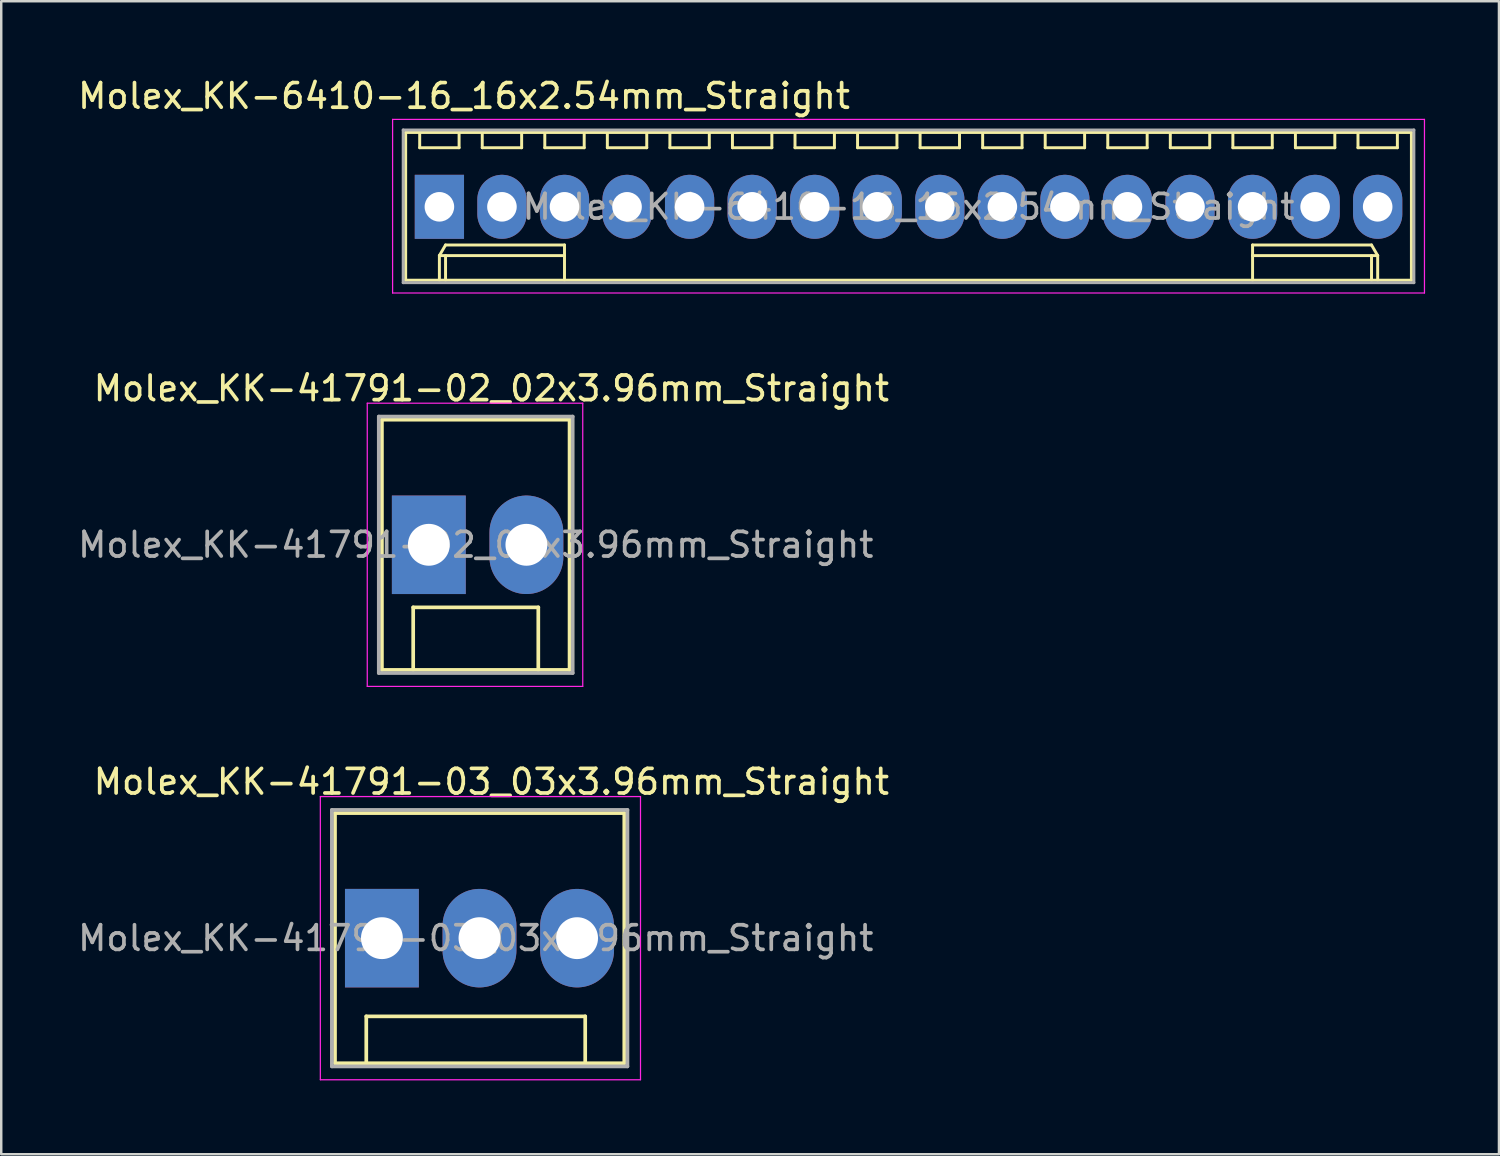
<source format=kicad_pcb>
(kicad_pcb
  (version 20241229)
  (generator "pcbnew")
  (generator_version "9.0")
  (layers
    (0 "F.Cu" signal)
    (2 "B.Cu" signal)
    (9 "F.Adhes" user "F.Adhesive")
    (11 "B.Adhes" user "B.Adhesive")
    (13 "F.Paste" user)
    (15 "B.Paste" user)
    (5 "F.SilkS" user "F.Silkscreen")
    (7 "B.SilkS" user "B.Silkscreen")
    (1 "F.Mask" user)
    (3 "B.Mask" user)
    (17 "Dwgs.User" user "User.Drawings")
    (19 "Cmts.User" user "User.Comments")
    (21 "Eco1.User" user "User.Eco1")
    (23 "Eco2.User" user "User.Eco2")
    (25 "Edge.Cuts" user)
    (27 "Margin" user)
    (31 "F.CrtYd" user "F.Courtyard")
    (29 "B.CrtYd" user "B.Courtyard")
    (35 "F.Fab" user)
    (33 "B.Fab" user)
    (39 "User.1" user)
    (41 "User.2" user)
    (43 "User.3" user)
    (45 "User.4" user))
  (footprint "Molex_KK-41791-02_02x3.96mm_Straight"
    (layer "F.Cu")
    (at 14.363 19.072)
    (property "Reference" "Molex_KK-41791-02_02x3.96mm_Straight" (at 2.54 -6.35 0) (layer "F.SilkS") (effects (font (size 1 1) (thickness 0.15))))
    (attr through_hole)
    (fp_line (start -1.905 -5.08) (end 5.715 -5.08) (stroke (width 0.15) (type solid)) (layer "F.SilkS"))
    (fp_line (start -1.905 5.08) (end -1.905 -5.08) (stroke (width 0.15) (type solid)) (layer "F.SilkS"))
    (fp_line (start -0.635 2.54) (end 4.445 2.54) (stroke (width 0.15) (type solid)) (layer "F.SilkS"))
    (fp_line (start -0.635 5.08) (end -0.635 2.54) (stroke (width 0.15) (type solid)) (layer "F.SilkS"))
    (fp_line (start 4.445 2.54) (end 4.445 5.08) (stroke (width 0.15) (type solid)) (layer "F.SilkS"))
    (fp_line (start 5.715 -5.08) (end 5.715 5.08) (stroke (width 0.15) (type solid)) (layer "F.SilkS"))
    (fp_line (start 5.715 5.08) (end -1.905 5.08) (stroke (width 0.15) (type solid)) (layer "F.SilkS"))
    (fp_line (start -2.5 -5.75) (end 6.25 -5.75) (stroke (width 0.05) (type solid)) (layer "F.CrtYd"))
    (fp_line (start -2.5 5.75) (end -2.5 -5.75) (stroke (width 0.05) (type solid)) (layer "F.CrtYd"))
    (fp_line (start 6.25 -5.75) (end 6.25 5.75) (stroke (width 0.05) (type solid)) (layer "F.CrtYd"))
    (fp_line (start 6.25 5.75) (end -2.5 5.75) (stroke (width 0.05) (type solid)) (layer "F.CrtYd"))
    (fp_line (start -2.032 -5.207) (end 5.842 -5.207) (stroke (width 0.15) (type solid)) (layer "F.Fab"))
    (fp_line (start -2.032 5.207) (end -2.032 -5.207) (stroke (width 0.15) (type solid)) (layer "F.Fab"))
    (fp_line (start 5.842 -5.207) (end 5.842 5.207) (stroke (width 0.15) (type solid)) (layer "F.Fab"))
    (fp_line (start 5.842 5.207) (end -2.032 5.207) (stroke (width 0.15) (type solid)) (layer "F.Fab"))
    (fp_text user "${REFERENCE}" (at 1.905 0 0) (layer "F.Fab") (effects (font (size 1 1) (thickness 0.15))))
    (pad "1" thru_hole rect (at 0 0) (size 3 4) (drill 1.7) (layers "*.Cu" "*.Mask"))
    (pad "2" thru_hole oval (at 3.962 0) (size 3 4) (drill 1.7) (layers "*.Cu" "*.Mask")))
  (footprint "Molex_KK-41791-03_03x3.96mm_Straight"
    (layer "F.Cu")
    (at 12.458 35.045)
    (property "Reference" "Molex_KK-41791-03_03x3.96mm_Straight" (at 4.445 -6.35 0) (layer "F.SilkS") (effects (font (size 1 1) (thickness 0.15))))
    (attr through_hole)
    (fp_line (start -1.905 -5.08) (end 9.842 -5.08) (stroke (width 0.15) (type solid)) (layer "F.SilkS"))
    (fp_line (start -1.905 5.08) (end -1.905 -5.08) (stroke (width 0.15) (type solid)) (layer "F.SilkS"))
    (fp_line (start -0.635 3.175) (end 8.255 3.175) (stroke (width 0.15) (type solid)) (layer "F.SilkS"))
    (fp_line (start -0.635 5.08) (end -0.635 3.175) (stroke (width 0.15) (type solid)) (layer "F.SilkS"))
    (fp_line (start 8.255 3.175) (end 8.255 5.08) (stroke (width 0.15) (type solid)) (layer "F.SilkS"))
    (fp_line (start 9.842 -5.08) (end 9.842 5.08) (stroke (width 0.15) (type solid)) (layer "F.SilkS"))
    (fp_line (start 9.842 5.08) (end -1.905 5.08) (stroke (width 0.15) (type solid)) (layer "F.SilkS"))
    (fp_line (start -2.5 -5.75) (end 10.5 -5.75) (stroke (width 0.05) (type solid)) (layer "F.CrtYd"))
    (fp_line (start -2.5 5.75) (end -2.5 -5.75) (stroke (width 0.05) (type solid)) (layer "F.CrtYd"))
    (fp_line (start 10.5 -5.75) (end 10.5 5.75) (stroke (width 0.05) (type solid)) (layer "F.CrtYd"))
    (fp_line (start 10.5 5.75) (end -2.5 5.75) (stroke (width 0.05) (type solid)) (layer "F.CrtYd"))
    (fp_line (start -2.032 -5.207) (end 9.97 -5.207) (stroke (width 0.15) (type solid)) (layer "F.Fab"))
    (fp_line (start -2.032 5.207) (end -2.032 -5.207) (stroke (width 0.15) (type solid)) (layer "F.Fab"))
    (fp_line (start 9.97 -5.207) (end 9.97 5.207) (stroke (width 0.15) (type solid)) (layer "F.Fab"))
    (fp_line (start 9.97 5.207) (end -2.032 5.207) (stroke (width 0.15) (type solid)) (layer "F.Fab"))
    (fp_text user "${REFERENCE}" (at 3.81 0 0) (layer "F.Fab") (effects (font (size 1 1) (thickness 0.15))))
    (pad "1" thru_hole rect (at 0 0) (size 3 4) (drill 1.7) (layers "*.Cu" "*.Mask"))
    (pad "2" thru_hole oval (at 3.962 0) (size 3 4) (drill 1.7) (layers "*.Cu" "*.Mask"))
    (pad "3" thru_hole oval (at 7.925 0) (size 3 4) (drill 1.7) (layers "*.Cu" "*.Mask")))
  (footprint "Molex_KK-6410-16_16x2.54mm_Straight"
    (layer "F.Cu")
    (at 14.792 5.348)
    (property "Reference" "Molex_KK-6410-16_16x2.54mm_Straight" (at 1 -4.5 0) (layer "F.SilkS") (effects (font (size 1 1) (thickness 0.15))))
    (attr through_hole)
    (fp_line (start -1.37 -3.02) (end -1.37 2.98) (stroke (width 0.12) (type solid)) (layer "F.SilkS"))
    (fp_line (start -1.37 2.98) (end 39.47 2.98) (stroke (width 0.12) (type solid)) (layer "F.SilkS"))
    (fp_line (start -0.8 -3.02) (end -0.8 -2.4) (stroke (width 0.12) (type solid)) (layer "F.SilkS"))
    (fp_line (start -0.8 -2.4) (end 0.8 -2.4) (stroke (width 0.12) (type solid)) (layer "F.SilkS"))
    (fp_line (start 0 1.98) (end 0.25 1.55) (stroke (width 0.12) (type solid)) (layer "F.SilkS"))
    (fp_line (start 0 1.98) (end 5.08 1.98) (stroke (width 0.12) (type solid)) (layer "F.SilkS"))
    (fp_line (start 0 2.98) (end 0 1.98) (stroke (width 0.12) (type solid)) (layer "F.SilkS"))
    (fp_line (start 0.25 1.55) (end 5.08 1.55) (stroke (width 0.12) (type solid)) (layer "F.SilkS"))
    (fp_line (start 0.25 2.98) (end 0.25 1.98) (stroke (width 0.12) (type solid)) (layer "F.SilkS"))
    (fp_line (start 0.8 -2.4) (end 0.8 -3.02) (stroke (width 0.12) (type solid)) (layer "F.SilkS"))
    (fp_line (start 1.74 -3.02) (end 1.74 -2.4) (stroke (width 0.12) (type solid)) (layer "F.SilkS"))
    (fp_line (start 1.74 -2.4) (end 3.34 -2.4) (stroke (width 0.12) (type solid)) (layer "F.SilkS"))
    (fp_line (start 3.34 -2.4) (end 3.34 -3.02) (stroke (width 0.12) (type solid)) (layer "F.SilkS"))
    (fp_line (start 4.28 -3.02) (end 4.28 -2.4) (stroke (width 0.12) (type solid)) (layer "F.SilkS"))
    (fp_line (start 4.28 -2.4) (end 5.88 -2.4) (stroke (width 0.12) (type solid)) (layer "F.SilkS"))
    (fp_line (start 5.08 1.55) (end 5.08 1.98) (stroke (width 0.12) (type solid)) (layer "F.SilkS"))
    (fp_line (start 5.08 1.98) (end 5.08 2.98) (stroke (width 0.12) (type solid)) (layer "F.SilkS"))
    (fp_line (start 5.88 -2.4) (end 5.88 -3.02) (stroke (width 0.12) (type solid)) (layer "F.SilkS"))
    (fp_line (start 6.82 -3.02) (end 6.82 -2.4) (stroke (width 0.12) (type solid)) (layer "F.SilkS"))
    (fp_line (start 6.82 -2.4) (end 8.42 -2.4) (stroke (width 0.12) (type solid)) (layer "F.SilkS"))
    (fp_line (start 8.42 -2.4) (end 8.42 -3.02) (stroke (width 0.12) (type solid)) (layer "F.SilkS"))
    (fp_line (start 9.36 -3.02) (end 9.36 -2.4) (stroke (width 0.12) (type solid)) (layer "F.SilkS"))
    (fp_line (start 9.36 -2.4) (end 10.96 -2.4) (stroke (width 0.12) (type solid)) (layer "F.SilkS"))
    (fp_line (start 10.96 -2.4) (end 10.96 -3.02) (stroke (width 0.12) (type solid)) (layer "F.SilkS"))
    (fp_line (start 11.9 -3.02) (end 11.9 -2.4) (stroke (width 0.12) (type solid)) (layer "F.SilkS"))
    (fp_line (start 11.9 -2.4) (end 13.5 -2.4) (stroke (width 0.12) (type solid)) (layer "F.SilkS"))
    (fp_line (start 13.5 -2.4) (end 13.5 -3.02) (stroke (width 0.12) (type solid)) (layer "F.SilkS"))
    (fp_line (start 14.44 -3.02) (end 14.44 -2.4) (stroke (width 0.12) (type solid)) (layer "F.SilkS"))
    (fp_line (start 14.44 -2.4) (end 16.04 -2.4) (stroke (width 0.12) (type solid)) (layer "F.SilkS"))
    (fp_line (start 16.04 -2.4) (end 16.04 -3.02) (stroke (width 0.12) (type solid)) (layer "F.SilkS"))
    (fp_line (start 16.98 -3.02) (end 16.98 -2.4) (stroke (width 0.12) (type solid)) (layer "F.SilkS"))
    (fp_line (start 16.98 -2.4) (end 18.58 -2.4) (stroke (width 0.12) (type solid)) (layer "F.SilkS"))
    (fp_line (start 18.58 -2.4) (end 18.58 -3.02) (stroke (width 0.12) (type solid)) (layer "F.SilkS"))
    (fp_line (start 19.52 -3.02) (end 19.52 -2.4) (stroke (width 0.12) (type solid)) (layer "F.SilkS"))
    (fp_line (start 19.52 -2.4) (end 21.12 -2.4) (stroke (width 0.12) (type solid)) (layer "F.SilkS"))
    (fp_line (start 21.12 -2.4) (end 21.12 -3.02) (stroke (width 0.12) (type solid)) (layer "F.SilkS"))
    (fp_line (start 22.06 -3.02) (end 22.06 -2.4) (stroke (width 0.12) (type solid)) (layer "F.SilkS"))
    (fp_line (start 22.06 -2.4) (end 23.66 -2.4) (stroke (width 0.12) (type solid)) (layer "F.SilkS"))
    (fp_line (start 23.66 -2.4) (end 23.66 -3.02) (stroke (width 0.12) (type solid)) (layer "F.SilkS"))
    (fp_line (start 24.6 -3.02) (end 24.6 -2.4) (stroke (width 0.12) (type solid)) (layer "F.SilkS"))
    (fp_line (start 24.6 -2.4) (end 26.2 -2.4) (stroke (width 0.12) (type solid)) (layer "F.SilkS"))
    (fp_line (start 26.2 -2.4) (end 26.2 -3.02) (stroke (width 0.12) (type solid)) (layer "F.SilkS"))
    (fp_line (start 27.14 -3.02) (end 27.14 -2.4) (stroke (width 0.12) (type solid)) (layer "F.SilkS"))
    (fp_line (start 27.14 -2.4) (end 28.74 -2.4) (stroke (width 0.12) (type solid)) (layer "F.SilkS"))
    (fp_line (start 28.74 -2.4) (end 28.74 -3.02) (stroke (width 0.12) (type solid)) (layer "F.SilkS"))
    (fp_line (start 29.68 -3.02) (end 29.68 -2.4) (stroke (width 0.12) (type solid)) (layer "F.SilkS"))
    (fp_line (start 29.68 -2.4) (end 31.28 -2.4) (stroke (width 0.12) (type solid)) (layer "F.SilkS"))
    (fp_line (start 31.28 -2.4) (end 31.28 -3.02) (stroke (width 0.12) (type solid)) (layer "F.SilkS"))
    (fp_line (start 32.22 -3.02) (end 32.22 -2.4) (stroke (width 0.12) (type solid)) (layer "F.SilkS"))
    (fp_line (start 32.22 -2.4) (end 33.82 -2.4) (stroke (width 0.12) (type solid)) (layer "F.SilkS"))
    (fp_line (start 33.02 1.55) (end 33.02 1.98) (stroke (width 0.12) (type solid)) (layer "F.SilkS"))
    (fp_line (start 33.02 1.98) (end 33.02 2.98) (stroke (width 0.12) (type solid)) (layer "F.SilkS"))
    (fp_line (start 33.82 -2.4) (end 33.82 -3.02) (stroke (width 0.12) (type solid)) (layer "F.SilkS"))
    (fp_line (start 34.76 -3.02) (end 34.76 -2.4) (stroke (width 0.12) (type solid)) (layer "F.SilkS"))
    (fp_line (start 34.76 -2.4) (end 36.36 -2.4) (stroke (width 0.12) (type solid)) (layer "F.SilkS"))
    (fp_line (start 36.36 -2.4) (end 36.36 -3.02) (stroke (width 0.12) (type solid)) (layer "F.SilkS"))
    (fp_line (start 37.3 -3.02) (end 37.3 -2.4) (stroke (width 0.12) (type solid)) (layer "F.SilkS"))
    (fp_line (start 37.3 -2.4) (end 38.9 -2.4) (stroke (width 0.12) (type solid)) (layer "F.SilkS"))
    (fp_line (start 37.85 1.55) (end 33.02 1.55) (stroke (width 0.12) (type solid)) (layer "F.SilkS"))
    (fp_line (start 37.85 2.98) (end 37.85 1.98) (stroke (width 0.12) (type solid)) (layer "F.SilkS"))
    (fp_line (start 38.1 1.98) (end 33.02 1.98) (stroke (width 0.12) (type solid)) (layer "F.SilkS"))
    (fp_line (start 38.1 1.98) (end 37.85 1.55) (stroke (width 0.12) (type solid)) (layer "F.SilkS"))
    (fp_line (start 38.1 2.98) (end 38.1 1.98) (stroke (width 0.12) (type solid)) (layer "F.SilkS"))
    (fp_line (start 38.9 -2.4) (end 38.9 -3.02) (stroke (width 0.12) (type solid)) (layer "F.SilkS"))
    (fp_line (start 39.47 -3.02) (end -1.37 -3.02) (stroke (width 0.12) (type solid)) (layer "F.SilkS"))
    (fp_line (start 39.47 2.98) (end 39.47 -3.02) (stroke (width 0.12) (type solid)) (layer "F.SilkS"))
    (fp_line (start -1.9 -3.55) (end 40 -3.55) (stroke (width 0.05) (type solid)) (layer "F.CrtYd"))
    (fp_line (start -1.9 3.5) (end -1.9 -3.55) (stroke (width 0.05) (type solid)) (layer "F.CrtYd"))
    (fp_line (start 40 -3.55) (end 40 3.5) (stroke (width 0.05) (type solid)) (layer "F.CrtYd"))
    (fp_line (start 40 3.5) (end -1.9 3.5) (stroke (width 0.05) (type solid)) (layer "F.CrtYd"))
    (fp_line (start -1.47 -3.12) (end -1.47 3.08) (stroke (width 0.12) (type solid)) (layer "F.Fab"))
    (fp_line (start -1.47 3.08) (end 39.57 3.08) (stroke (width 0.12) (type solid)) (layer "F.Fab"))
    (fp_line (start 39.57 -3.12) (end -1.47 -3.12) (stroke (width 0.12) (type solid)) (layer "F.Fab"))
    (fp_line (start 39.57 3.08) (end 39.57 -3.12) (stroke (width 0.12) (type solid)) (layer "F.Fab"))
    (fp_text user "${REFERENCE}" (at 19.05 0 0) (layer "F.Fab") (effects (font (size 1 1) (thickness 0.15))))
    (pad "1" thru_hole rect (at 0 0) (size 2 2.6) (drill 1.2) (layers "*.Cu" "*.Mask"))
    (pad "2" thru_hole oval (at 2.54 0) (size 2 2.6) (drill 1.2) (layers "*.Cu" "*.Mask"))
    (pad "3" thru_hole oval (at 5.08 0) (size 2 2.6) (drill 1.2) (layers "*.Cu" "*.Mask"))
    (pad "4" thru_hole oval (at 7.62 0) (size 2 2.6) (drill 1.2) (layers "*.Cu" "*.Mask"))
    (pad "5" thru_hole oval (at 10.16 0) (size 2 2.6) (drill 1.2) (layers "*.Cu" "*.Mask"))
    (pad "6" thru_hole oval (at 12.7 0) (size 2 2.6) (drill 1.2) (layers "*.Cu" "*.Mask"))
    (pad "7" thru_hole oval (at 15.24 0) (size 2 2.6) (drill 1.2) (layers "*.Cu" "*.Mask"))
    (pad "8" thru_hole oval (at 17.78 0) (size 2 2.6) (drill 1.2) (layers "*.Cu" "*.Mask"))
    (pad "9" thru_hole oval (at 20.32 0) (size 2 2.6) (drill 1.2) (layers "*.Cu" "*.Mask"))
    (pad "10" thru_hole oval (at 22.86 0) (size 2 2.6) (drill 1.2) (layers "*.Cu" "*.Mask"))
    (pad "11" thru_hole oval (at 25.4 0) (size 2 2.6) (drill 1.2) (layers "*.Cu" "*.Mask"))
    (pad "12" thru_hole oval (at 27.94 0) (size 2 2.6) (drill 1.2) (layers "*.Cu" "*.Mask"))
    (pad "13" thru_hole oval (at 30.48 0) (size 2 2.6) (drill 1.2) (layers "*.Cu" "*.Mask"))
    (pad "14" thru_hole oval (at 33.02 0) (size 2 2.6) (drill 1.2) (layers "*.Cu" "*.Mask"))
    (pad "15" thru_hole oval (at 35.56 0) (size 2 2.6) (drill 1.2) (layers "*.Cu" "*.Mask"))
    (pad "16" thru_hole oval (at 38.1 0) (size 2 2.6) (drill 1.2) (layers "*.Cu" "*.Mask")))
  (gr_rect
    (start -3 -3)
    (end 57.817 43.82)
    (stroke (width 0.1) (type default))
    (fill no)
    (layer "Edge.Cuts")))
</source>
